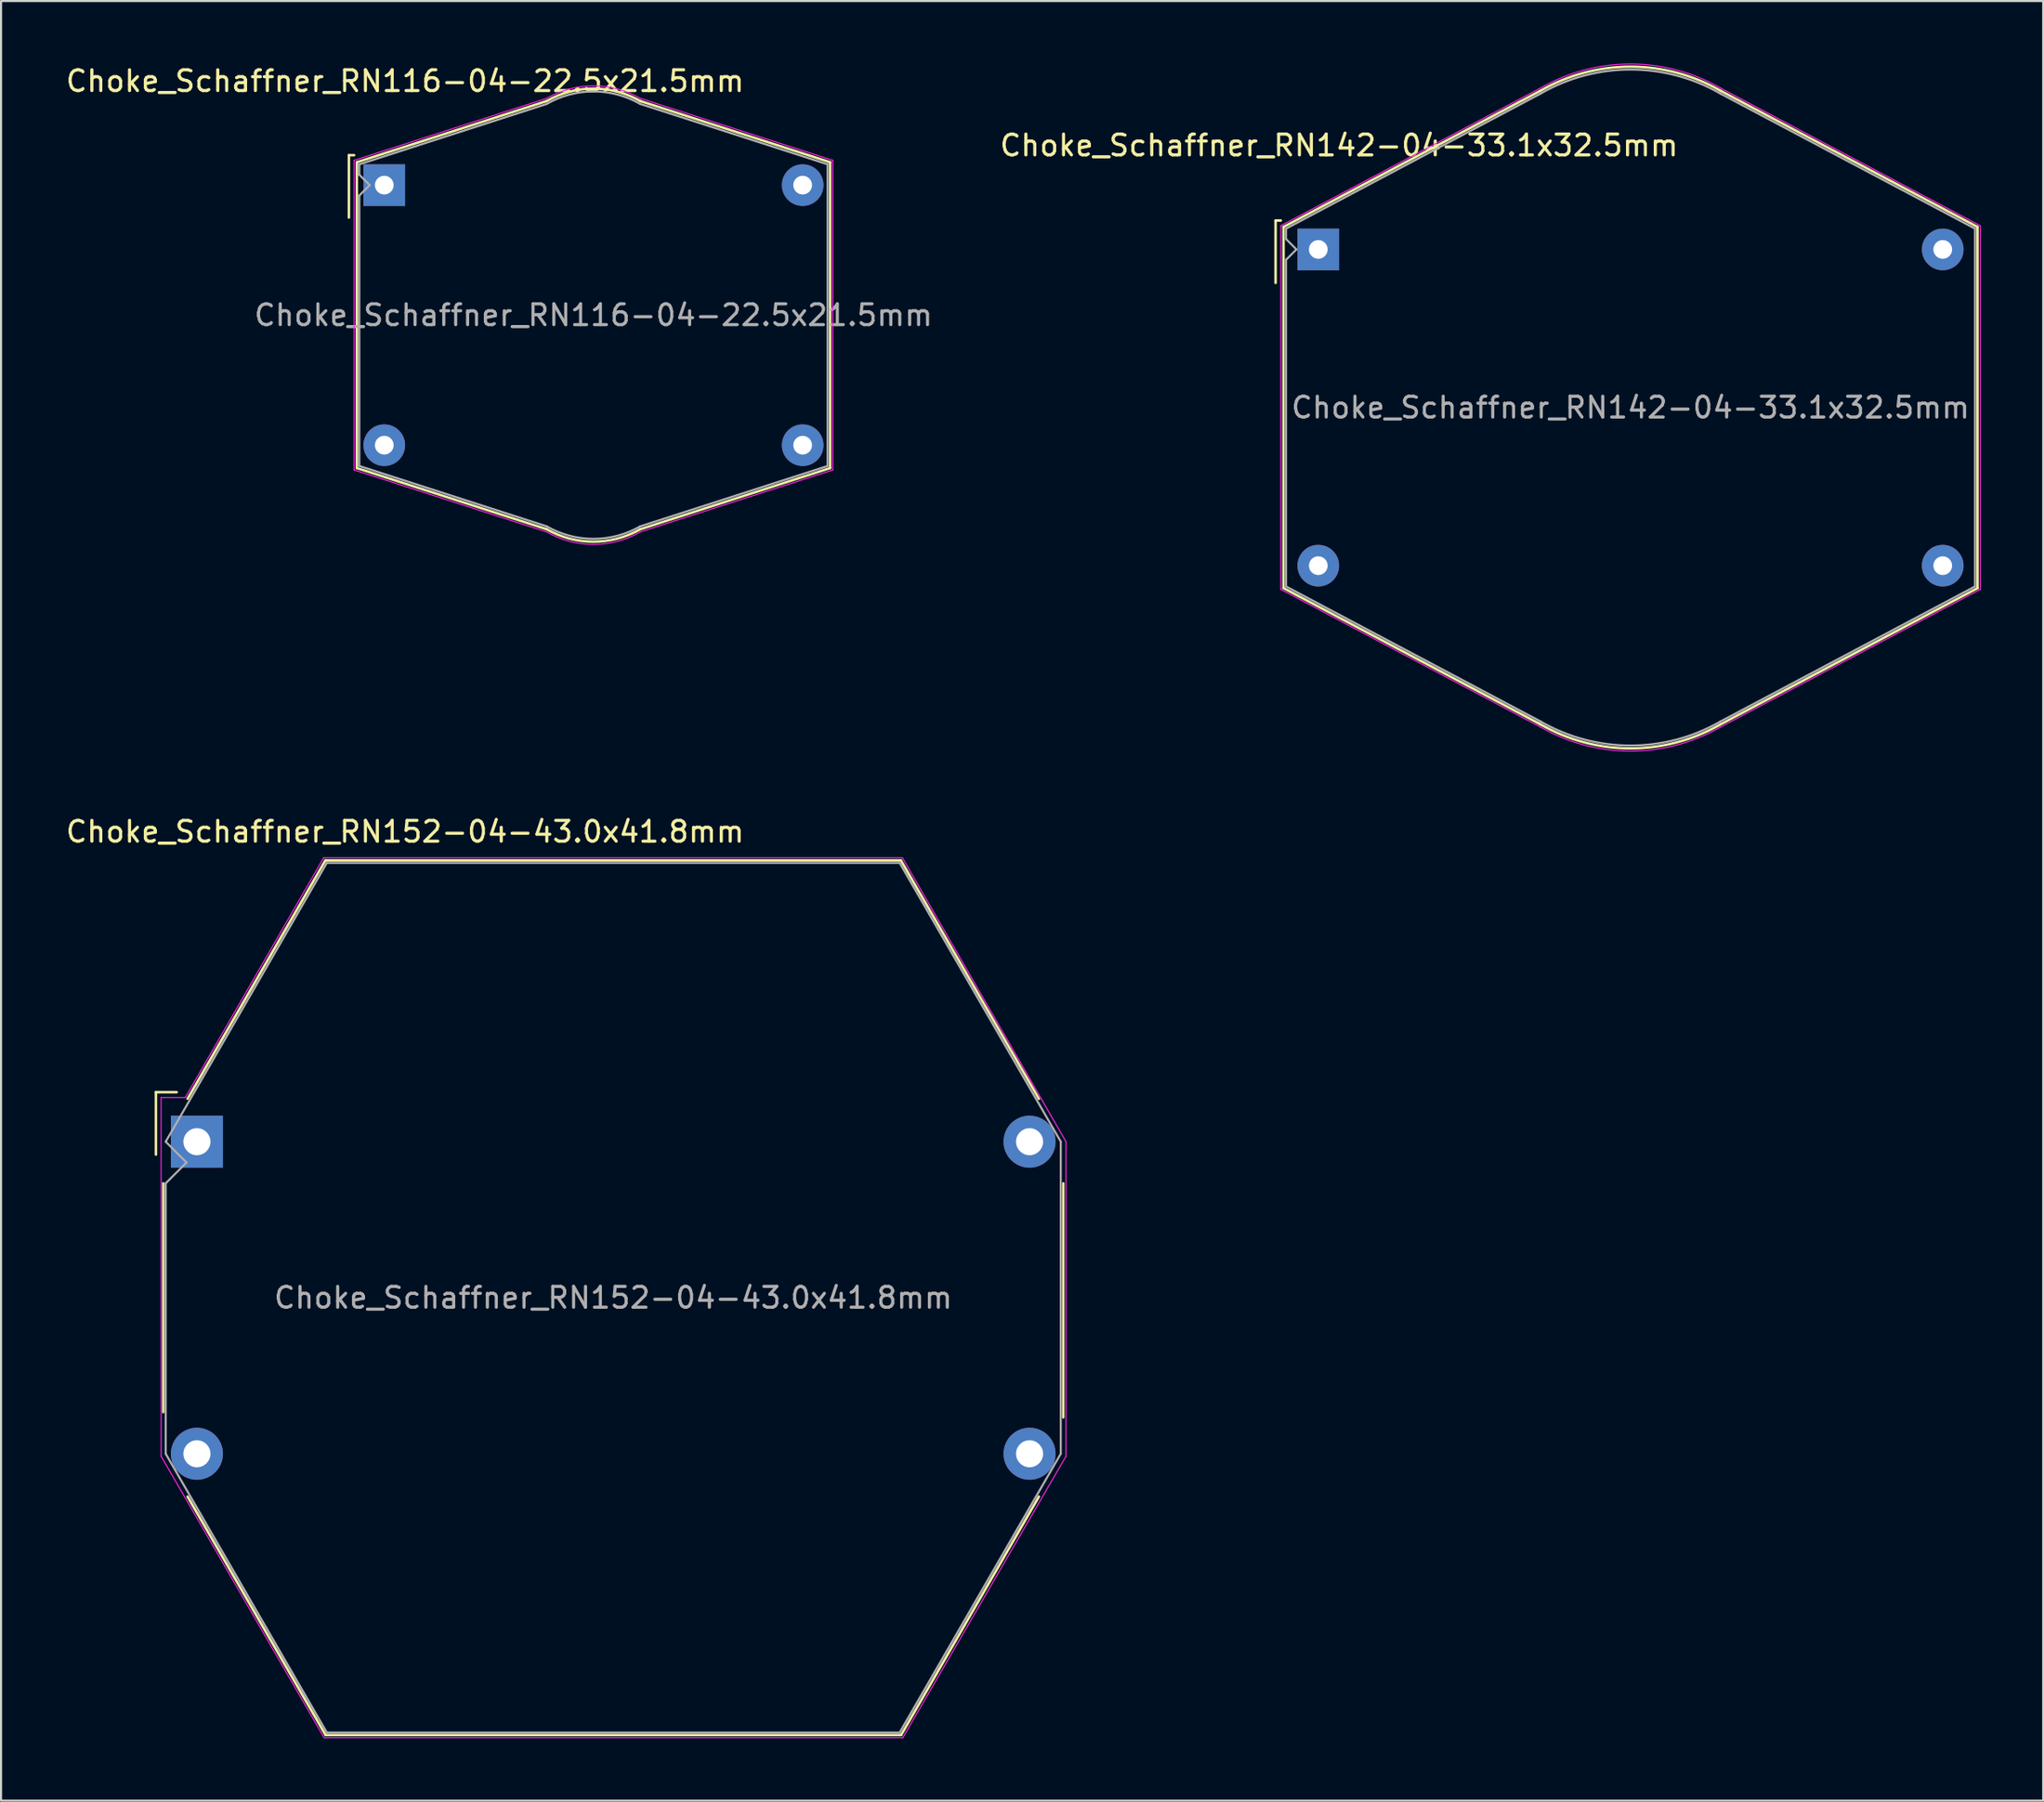
<source format=kicad_pcb>
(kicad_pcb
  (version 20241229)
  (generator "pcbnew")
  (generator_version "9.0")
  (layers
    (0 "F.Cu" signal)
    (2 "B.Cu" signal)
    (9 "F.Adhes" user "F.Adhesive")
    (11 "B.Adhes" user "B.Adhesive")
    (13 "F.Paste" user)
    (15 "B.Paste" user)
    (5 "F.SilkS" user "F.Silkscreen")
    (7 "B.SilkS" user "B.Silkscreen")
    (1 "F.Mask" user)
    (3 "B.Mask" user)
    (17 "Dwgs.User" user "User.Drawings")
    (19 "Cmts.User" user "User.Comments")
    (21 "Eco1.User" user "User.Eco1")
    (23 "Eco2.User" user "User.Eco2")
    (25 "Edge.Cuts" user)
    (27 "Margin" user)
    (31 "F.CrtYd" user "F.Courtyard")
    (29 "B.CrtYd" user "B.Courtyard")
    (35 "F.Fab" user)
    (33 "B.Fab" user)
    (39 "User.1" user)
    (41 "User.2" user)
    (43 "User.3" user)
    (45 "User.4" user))
  (footprint "Choke_Schaffner_RN152-04-43.0x41.8mm"
    (layer "F.Cu")
    (at 6.411 51.826)
    (property "Reference" "Choke_Schaffner_RN152-04-43.0x41.8mm" (at 10 -14.9 0) (layer "F.SilkS") (effects (font (size 1 1) (thickness 0.15))))
    (attr through_hole)
    (fp_line (start -1.97 -2.38) (end -1.97 0.62) (stroke (width 0.12) (type solid)) (layer "F.SilkS"))
    (fp_line (start -1.97 -2.38) (end -0.97 -2.38) (stroke (width 0.12) (type solid)) (layer "F.SilkS"))
    (fp_line (start -1.62 13) (end -1.62 2) (stroke (width 0.12) (type solid)) (layer "F.SilkS"))
    (fp_line (start -0.45 -2.06) (end 6.17 -13.52) (stroke (width 0.12) (type solid)) (layer "F.SilkS"))
    (fp_line (start 6.17 -13.52) (end 33.82 -13.52) (stroke (width 0.12) (type solid)) (layer "F.SilkS"))
    (fp_line (start 6.18 28.52) (end -0.45 17.06) (stroke (width 0.12) (type solid)) (layer "F.SilkS"))
    (fp_line (start 33.82 -13.52) (end 40.45 -2.06) (stroke (width 0.12) (type solid)) (layer "F.SilkS"))
    (fp_line (start 33.83 28.52) (end 6.18 28.52) (stroke (width 0.12) (type solid)) (layer "F.SilkS"))
    (fp_line (start 40.45 17.06) (end 33.83 28.52) (stroke (width 0.12) (type solid)) (layer "F.SilkS"))
    (fp_line (start 41.62 2) (end 41.62 13.25) (stroke (width 0.12) (type solid)) (layer "F.SilkS"))
    (fp_line (start -1.72 -2.12) (end -0.56 -2.12) (stroke (width 0.05) (type solid)) (layer "F.CrtYd"))
    (fp_line (start -1.72 15.12) (end -1.72 -2.12) (stroke (width 0.05) (type solid)) (layer "F.CrtYd"))
    (fp_line (start -0.56 -2.12) (end 6.09 -13.65) (stroke (width 0.05) (type solid)) (layer "F.CrtYd"))
    (fp_line (start 6.09 -13.65) (end 33.89 -13.65) (stroke (width 0.05) (type solid)) (layer "F.CrtYd"))
    (fp_line (start 6.11 28.65) (end -1.72 15.12) (stroke (width 0.05) (type solid)) (layer "F.CrtYd"))
    (fp_line (start 33.89 -13.65) (end 41.75 0) (stroke (width 0.05) (type solid)) (layer "F.CrtYd"))
    (fp_line (start 33.91 28.65) (end 6.11 28.65) (stroke (width 0.05) (type solid)) (layer "F.CrtYd"))
    (fp_line (start 41.75 0) (end 41.75 15.12) (stroke (width 0.05) (type solid)) (layer "F.CrtYd"))
    (fp_line (start 41.75 15.12) (end 33.91 28.65) (stroke (width 0.05) (type solid)) (layer "F.CrtYd"))
    (fp_line (start -1.5 0) (end 6.24 -13.4) (stroke (width 0.1) (type solid)) (layer "F.Fab"))
    (fp_line (start -1.5 2) (end -0.5 1) (stroke (width 0.1) (type solid)) (layer "F.Fab"))
    (fp_line (start -1.5 15) (end -1.5 2) (stroke (width 0.1) (type solid)) (layer "F.Fab"))
    (fp_line (start -0.5 1) (end -1.5 0) (stroke (width 0.1) (type solid)) (layer "F.Fab"))
    (fp_line (start 6.24 -13.4) (end 33.76 -13.4) (stroke (width 0.1) (type solid)) (layer "F.Fab"))
    (fp_line (start 6.24 28.4) (end -1.5 15) (stroke (width 0.1) (type solid)) (layer "F.Fab"))
    (fp_line (start 33.76 -13.4) (end 41.5 0) (stroke (width 0.1) (type solid)) (layer "F.Fab"))
    (fp_line (start 33.76 28.4) (end 6.24 28.4) (stroke (width 0.1) (type solid)) (layer "F.Fab"))
    (fp_line (start 41.5 0) (end 41.5 15) (stroke (width 0.1) (type solid)) (layer "F.Fab"))
    (fp_line (start 41.5 15) (end 33.76 28.4) (stroke (width 0.1) (type solid)) (layer "F.Fab"))
    (fp_text user "${REFERENCE}" (at 20 7.5 0) (layer "F.Fab") (effects (font (size 1 1) (thickness 0.15))))
    (pad "1" thru_hole rect (at 0 0) (size 2.5 2.5) (drill 1.3) (layers "*.Cu" "*.Mask"))
    (pad "2" thru_hole circle (at 40 0) (size 2.5 2.5) (drill 1.3) (layers "*.Cu" "*.Mask"))
    (pad "3" thru_hole circle (at 0 15) (size 2.5 2.5) (drill 1.3) (layers "*.Cu" "*.Mask"))
    (pad "4" thru_hole circle (at 40 15) (size 2.5 2.5) (drill 1.3) (layers "*.Cu" "*.Mask")))
  (footprint "Choke_Schaffner_RN142-04-33.1x32.5mm"
    (layer "F.Cu")
    (at 60.282 8.939)
    (property "Reference" "Choke_Schaffner_RN142-04-33.1x32.5mm" (at 1 -5 0) (layer "F.SilkS") (effects (font (size 1 1) (thickness 0.15))))
    (attr through_hole)
    (fp_line (start -2.05 -1.39) (end -2.05 1.61) (stroke (width 0.12) (type solid)) (layer "F.SilkS"))
    (fp_line (start -2.05 -1.39) (end -1.8 -1.39) (stroke (width 0.12) (type solid)) (layer "F.SilkS"))
    (fp_line (start -1.67 -1.08) (end 10.68 -7.63) (stroke (width 0.12) (type solid)) (layer "F.SilkS"))
    (fp_line (start -1.67 16.28) (end -1.67 -1.08) (stroke (width 0.12) (type solid)) (layer "F.SilkS"))
    (fp_line (start 10.68 22.83) (end -1.67 16.28) (stroke (width 0.12) (type solid)) (layer "F.SilkS"))
    (fp_line (start 19.32 -7.63) (end 31.67 -1.08) (stroke (width 0.12) (type solid)) (layer "F.SilkS"))
    (fp_line (start 31.67 -1.08) (end 31.67 16.28) (stroke (width 0.12) (type solid)) (layer "F.SilkS"))
    (fp_line (start 31.67 16.28) (end 19.32 22.83) (stroke (width 0.12) (type solid)) (layer "F.SilkS"))
    (fp_arc (start 10.68 -7.63) (mid 15.01377 -8.783851) (end 19.343851 -7.61623) (stroke (width 0.12) (type solid)) (layer "F.SilkS"))
    (fp_arc (start 19.32 22.83) (mid 14.98623 23.983851) (end 10.656149 22.81623) (stroke (width 0.12) (type solid)) (layer "F.SilkS"))
    (fp_line (start -1.8 -1.14) (end 10.68 -7.76) (stroke (width 0.05) (type solid)) (layer "F.CrtYd"))
    (fp_line (start -1.8 16.34) (end -1.8 -1.14) (stroke (width 0.05) (type solid)) (layer "F.CrtYd"))
    (fp_line (start 10.68 22.96) (end -1.8 16.34) (stroke (width 0.05) (type solid)) (layer "F.CrtYd"))
    (fp_line (start 19.32 -7.76) (end 31.8 -1.14) (stroke (width 0.05) (type solid)) (layer "F.CrtYd"))
    (fp_line (start 31.8 -1.14) (end 31.8 16.34) (stroke (width 0.05) (type solid)) (layer "F.CrtYd"))
    (fp_line (start 31.8 16.34) (end 19.32 22.96) (stroke (width 0.05) (type solid)) (layer "F.CrtYd"))
    (fp_arc (start 10.68 -7.76) (mid 15.01377 -8.913851) (end 19.343851 -7.74623) (stroke (width 0.05) (type solid)) (layer "F.CrtYd"))
    (fp_arc (start 19.32 22.96) (mid 14.98623 24.113851) (end 10.656149 22.94623) (stroke (width 0.05) (type solid)) (layer "F.CrtYd"))
    (fp_line (start -1.55 -1) (end 10.68 -7.49) (stroke (width 0.1) (type solid)) (layer "F.Fab"))
    (fp_line (start -1.55 -0.5) (end -1.55 -1) (stroke (width 0.1) (type solid)) (layer "F.Fab"))
    (fp_line (start -1.55 0.5) (end -1.05 0) (stroke (width 0.1) (type solid)) (layer "F.Fab"))
    (fp_line (start -1.55 16.2) (end -1.55 0.5) (stroke (width 0.1) (type solid)) (layer "F.Fab"))
    (fp_line (start -1.05 0) (end -1.55 -0.5) (stroke (width 0.1) (type solid)) (layer "F.Fab"))
    (fp_line (start 10.68 22.69) (end -1.55 16.2) (stroke (width 0.1) (type solid)) (layer "F.Fab"))
    (fp_line (start 19.32 -7.49) (end 31.55 -1) (stroke (width 0.1) (type solid)) (layer "F.Fab"))
    (fp_line (start 31.55 -1) (end 31.55 16.2) (stroke (width 0.1) (type solid)) (layer "F.Fab"))
    (fp_line (start 31.55 16.2) (end 19.32 22.69) (stroke (width 0.1) (type solid)) (layer "F.Fab"))
    (fp_arc (start 10.68 -7.49) (mid 15.00377 -8.64653) (end 19.32653 -7.48623) (stroke (width 0.1) (type solid)) (layer "F.Fab"))
    (fp_arc (start 19.32 22.69) (mid 14.99623 23.84653) (end 10.67347 22.68623) (stroke (width 0.1) (type solid)) (layer "F.Fab"))
    (fp_text user "${REFERENCE}" (at 15 7.6 0) (layer "F.Fab") (effects (font (size 1 1) (thickness 0.15))))
    (pad "1" thru_hole rect (at 0 0) (size 2 2) (drill 0.9) (layers "*.Cu" "*.Mask"))
    (pad "2" thru_hole circle (at 30 0) (size 2 2) (drill 0.9) (layers "*.Cu" "*.Mask"))
    (pad "3" thru_hole circle (at 0 15.2) (size 2 2) (drill 0.9) (layers "*.Cu" "*.Mask"))
    (pad "4" thru_hole circle (at 30 15.2) (size 2 2) (drill 0.9) (layers "*.Cu" "*.Mask")))
  (footprint "Choke_Schaffner_RN116-04-22.5x21.5mm"
    (layer "F.Cu")
    (at 15.411 5.848)
    (property "Reference" "Choke_Schaffner_RN116-04-22.5x21.5mm" (at 1 -5 0) (layer "F.SilkS") (effects (font (size 1 1) (thickness 0.15))))
    (attr through_hole)
    (fp_line (start -1.7 -1.44) (end -1.7 1.56) (stroke (width 0.12) (type solid)) (layer "F.SilkS"))
    (fp_line (start -1.7 -1.44) (end -1.45 -1.44) (stroke (width 0.12) (type solid)) (layer "F.SilkS"))
    (fp_line (start -1.32 -1.1) (end 7.8 -4.04) (stroke (width 0.12) (type solid)) (layer "F.SilkS"))
    (fp_line (start -1.32 13.6) (end -1.32 -1.1) (stroke (width 0.12) (type solid)) (layer "F.SilkS"))
    (fp_line (start 7.8 16.54) (end -1.32 13.6) (stroke (width 0.12) (type solid)) (layer "F.SilkS"))
    (fp_line (start 12.3 -4.04) (end 21.42 -1.1) (stroke (width 0.12) (type solid)) (layer "F.SilkS"))
    (fp_line (start 21.42 -1.1) (end 21.42 13.6) (stroke (width 0.12) (type solid)) (layer "F.SilkS"))
    (fp_line (start 21.42 13.6) (end 12.3 16.54) (stroke (width 0.12) (type solid)) (layer "F.SilkS"))
    (fp_arc (start 7.8 -4.04) (mid 10.061443 -4.63982) (end 12.31982 -4.028557) (stroke (width 0.12) (type solid)) (layer "F.SilkS"))
    (fp_arc (start 12.3 16.54) (mid 10.038557 17.13982) (end 7.78018 16.528557) (stroke (width 0.12) (type solid)) (layer "F.SilkS"))
    (fp_line (start -1.45 -1.19) (end 7.8 -4.17) (stroke (width 0.05) (type solid)) (layer "F.CrtYd"))
    (fp_line (start -1.45 13.69) (end -1.45 -1.19) (stroke (width 0.05) (type solid)) (layer "F.CrtYd"))
    (fp_line (start 7.8 16.67) (end -1.45 13.69) (stroke (width 0.05) (type solid)) (layer "F.CrtYd"))
    (fp_line (start 12.3 -4.17) (end 21.55 -1.19) (stroke (width 0.05) (type solid)) (layer "F.CrtYd"))
    (fp_line (start 21.55 -1.19) (end 21.55 13.69) (stroke (width 0.05) (type solid)) (layer "F.CrtYd"))
    (fp_line (start 21.55 13.69) (end 12.3 16.67) (stroke (width 0.05) (type solid)) (layer "F.CrtYd"))
    (fp_arc (start 7.8 -4.17) (mid 10.061443 -4.76982) (end 12.31982 -4.158557) (stroke (width 0.05) (type solid)) (layer "F.CrtYd"))
    (fp_arc (start 12.3 16.67) (mid 10.038557 17.26982) (end 7.78018 16.658557) (stroke (width 0.05) (type solid)) (layer "F.CrtYd"))
    (fp_line (start -1.2 -1) (end 7.8 -3.9) (stroke (width 0.1) (type solid)) (layer "F.Fab"))
    (fp_line (start -1.2 -0.5) (end -1.2 -1) (stroke (width 0.1) (type solid)) (layer "F.Fab"))
    (fp_line (start -1.2 0.5) (end -0.7 0) (stroke (width 0.1) (type solid)) (layer "F.Fab"))
    (fp_line (start -1.2 13.5) (end -1.2 0.5) (stroke (width 0.1) (type solid)) (layer "F.Fab"))
    (fp_line (start -0.7 0) (end -1.2 -0.5) (stroke (width 0.1) (type solid)) (layer "F.Fab"))
    (fp_line (start 7.8 16.4) (end -1.2 13.5) (stroke (width 0.1) (type solid)) (layer "F.Fab"))
    (fp_line (start 12.3 -3.9) (end 21.3 -1) (stroke (width 0.1) (type solid)) (layer "F.Fab"))
    (fp_line (start 21.3 -1) (end 21.3 13.5) (stroke (width 0.1) (type solid)) (layer "F.Fab"))
    (fp_line (start 21.3 13.5) (end 12.3 16.4) (stroke (width 0.1) (type solid)) (layer "F.Fab"))
    (fp_arc (start 7.8 -3.9) (mid 10.051443 -4.502499) (end 12.302499 -3.898557) (stroke (width 0.1) (type solid)) (layer "F.Fab"))
    (fp_arc (start 12.3 16.4) (mid 10.048557 17.002499) (end 7.797501 16.398557) (stroke (width 0.1) (type solid)) (layer "F.Fab"))
    (fp_text user "${REFERENCE}" (at 10.05 6.25 0) (layer "F.Fab") (effects (font (size 1 1) (thickness 0.15))))
    (pad "1" thru_hole rect (at 0 0) (size 2 2) (drill 0.9) (layers "*.Cu" "*.Mask"))
    (pad "2" thru_hole circle (at 20.1 0) (size 2 2) (drill 0.9) (layers "*.Cu" "*.Mask"))
    (pad "3" thru_hole circle (at 0 12.5) (size 2 2) (drill 0.9) (layers "*.Cu" "*.Mask"))
    (pad "4" thru_hole circle (at 20.1 12.5) (size 2 2) (drill 0.9) (layers "*.Cu" "*.Mask")))
  (gr_rect
    (start -3 -3)
    (end 95.107 83.501)
    (stroke (width 0.1) (type default))
    (fill no)
    (layer "Edge.Cuts")))
</source>
